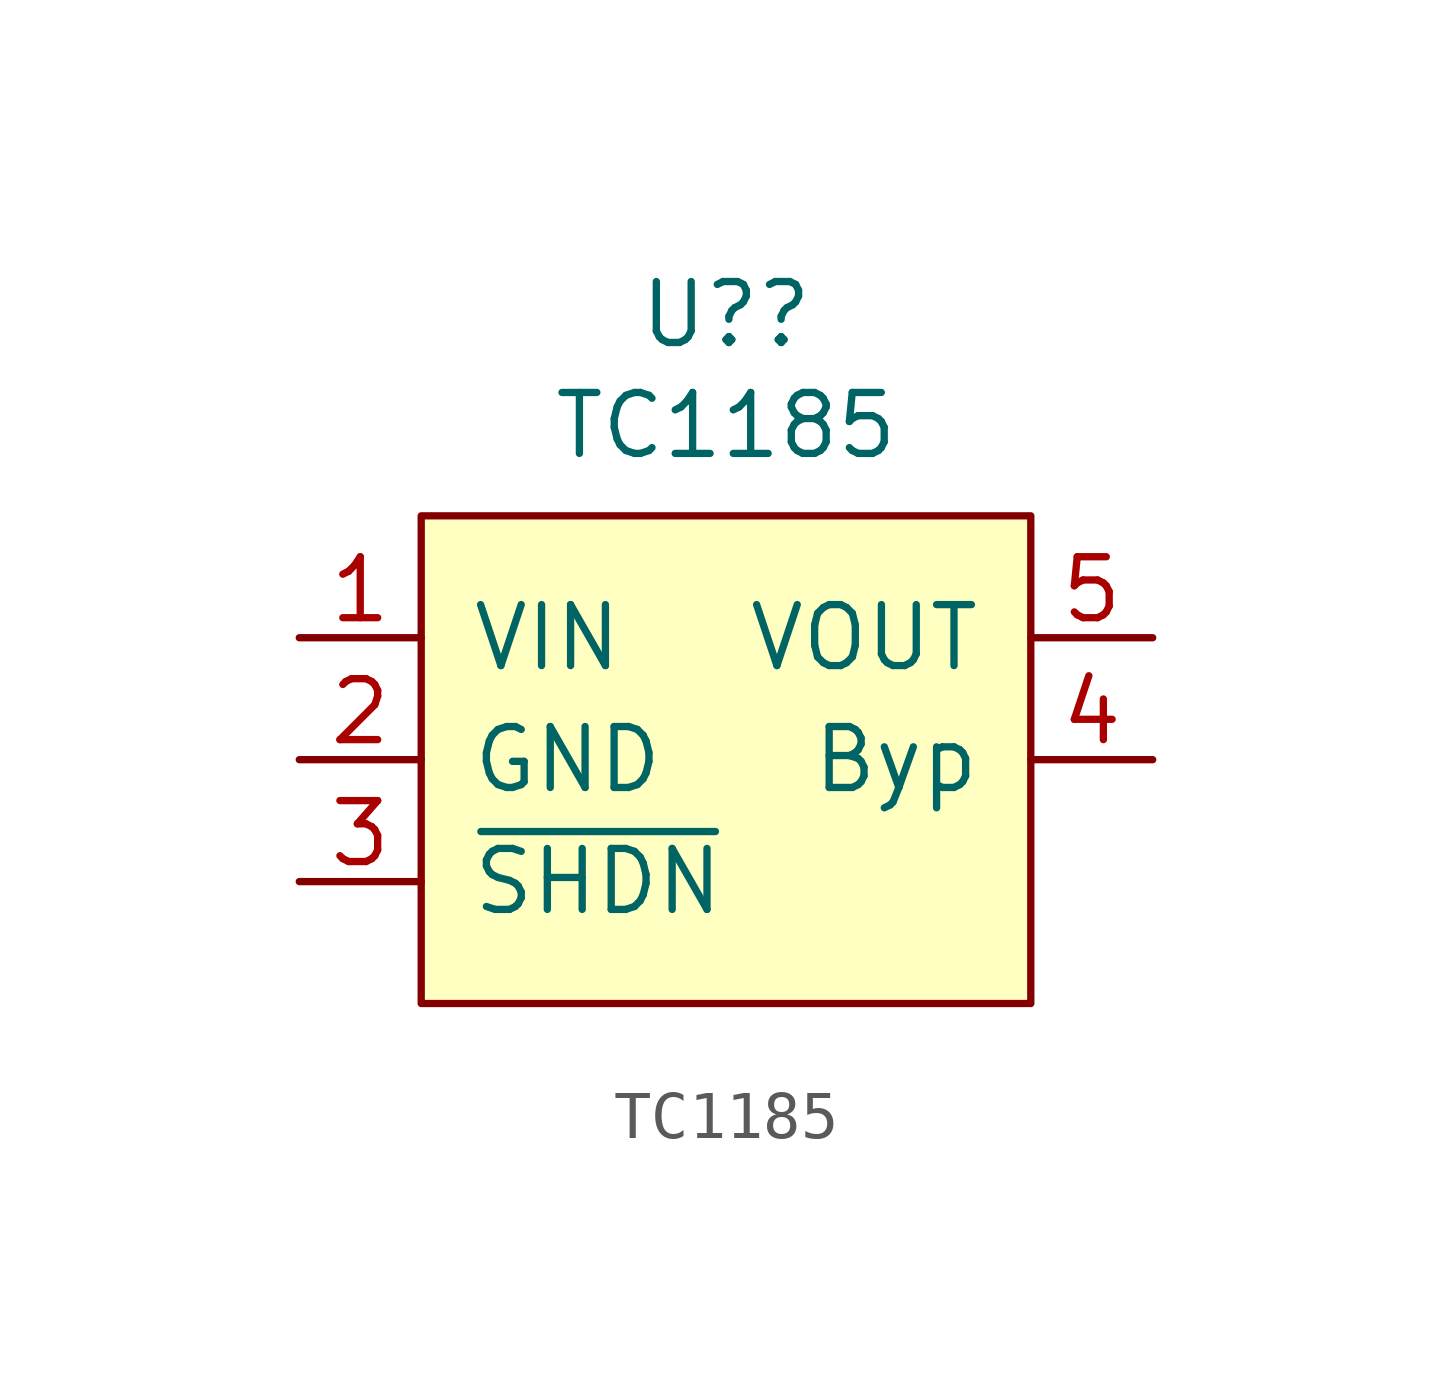
<source format=kicad_sym>
(kicad_symbol_lib
  (version 20231120)
  (generator "kicad_symbol_editor")
  (generator_version "8.0")
  (symbol "TC1185"
    (pin_names
      (offset 1.016))
    (property "Reference" "U?"
      (at 0 9.271 0)
      (effects (font (size 1.27 1.27))))
    (property "Value" "TC1185"
      (at 0 6.96 0)
      (effects (font (size 1.27 1.27))))
    (symbol "TC1185_0_1"
      (rectangle (start -6.35 5.08) (end 6.35 -5.08) (stroke (width 0) (type default)) (fill (type background))))
    (symbol "TC1185_1_1"
      (pin power_in line (at -8.89 2.54 0) (length 2.54) (name "VIN" (effects (font (size 1.27 1.27)))) (number "1" (effects (font (size 1.27 1.27)))))
      (pin power_in line (at -8.89 0 0) (length 2.54) (name "GND" (effects (font (size 1.27 1.27)))) (number "2" (effects (font (size 1.27 1.27)))))
      (pin input line (at -8.89 -2.54 0) (length 2.54) (name "~{SHDN}" (effects (font (size 1.27 1.27)))) (number "3" (effects (font (size 1.27 1.27)))))
      (pin input line (at 8.89 0 180) (length 2.54) (name "Byp" (effects (font (size 1.27 1.27)))) (number "4" (effects (font (size 1.27 1.27)))))
      (pin power_out line (at 8.89 2.54 180) (length 2.54) (name "VOUT" (effects (font (size 1.27 1.27)))) (number "5" (effects (font (size 1.27 1.27))))))))
</source>
